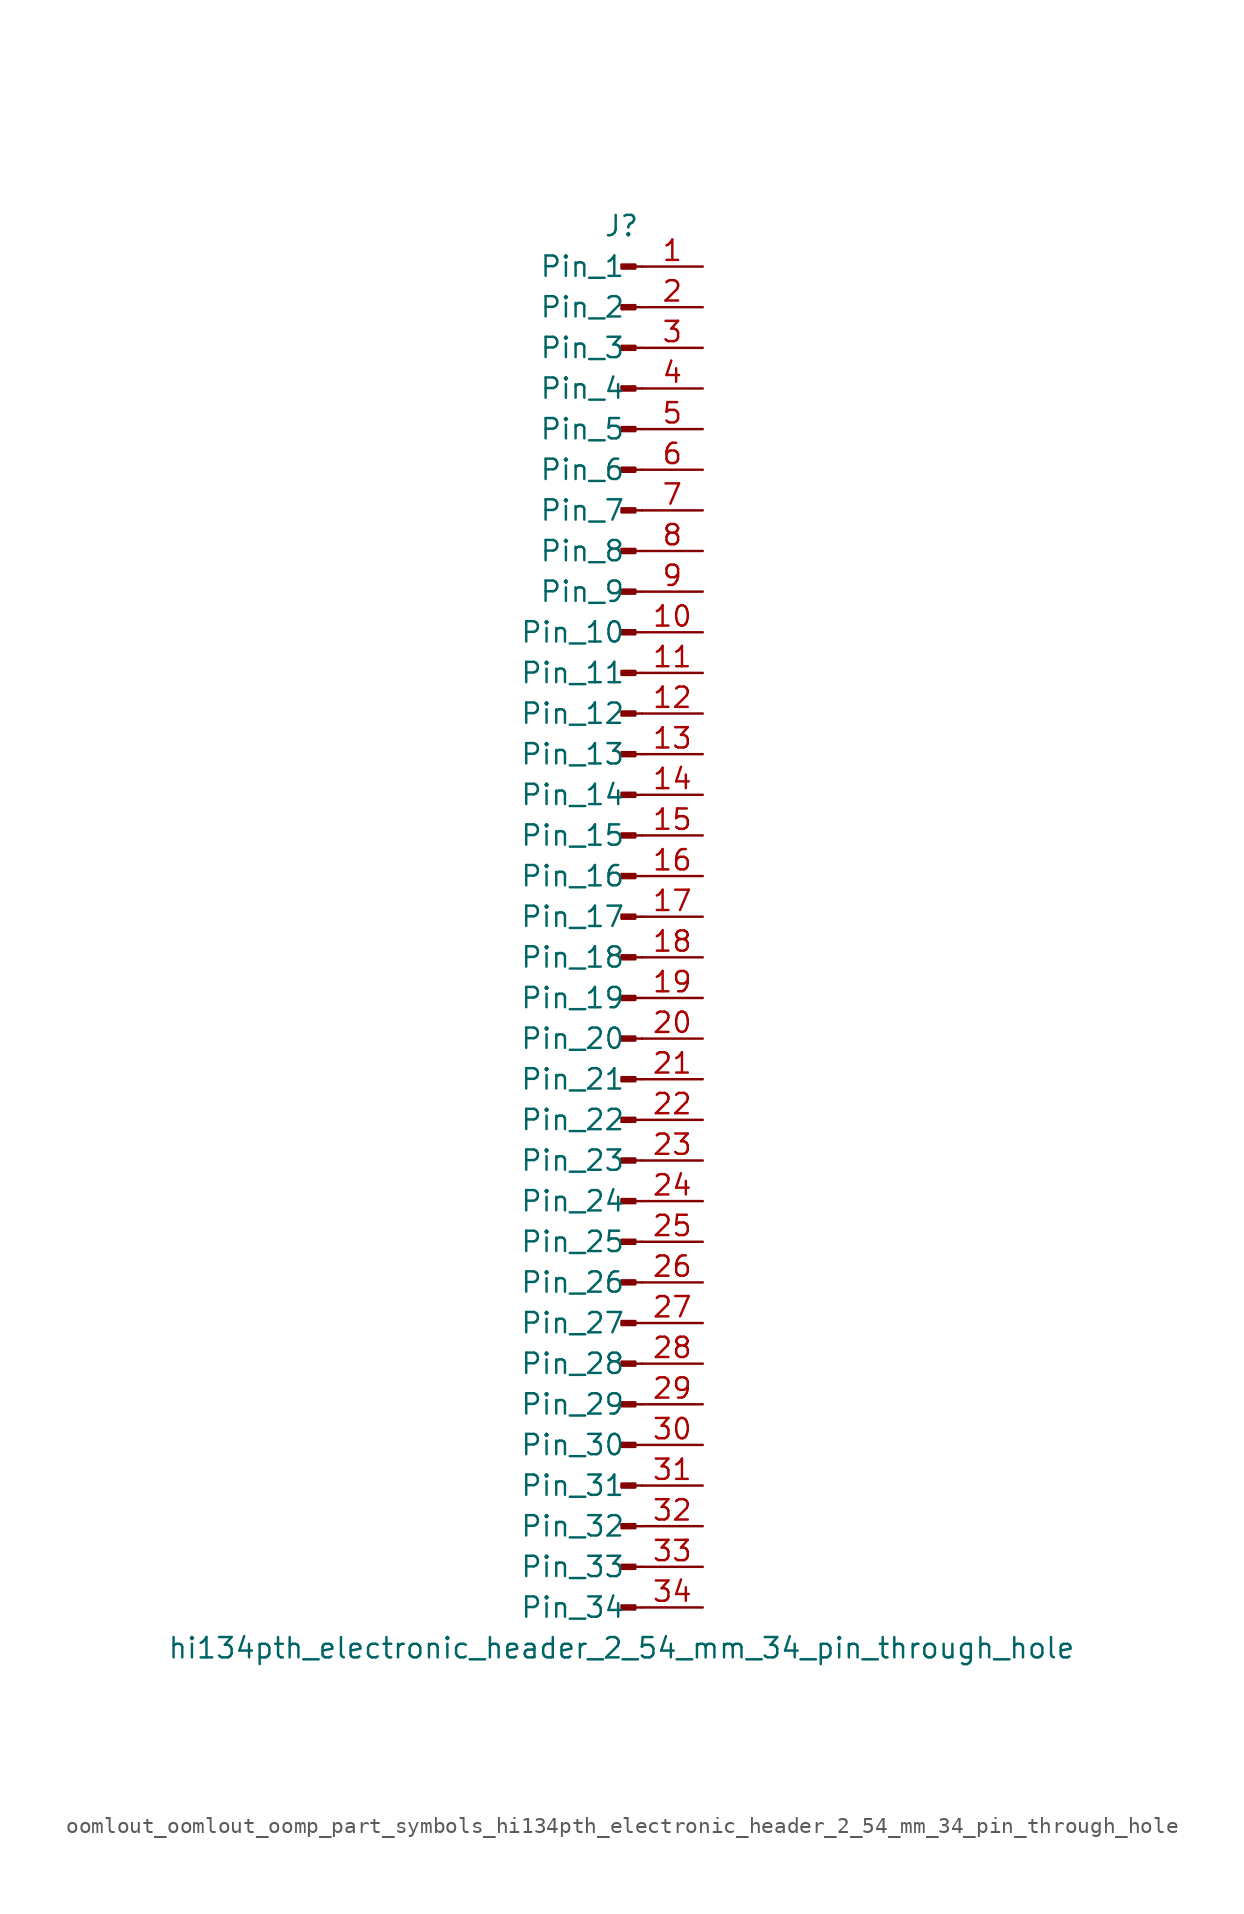
<source format=kicad_sym>
(kicad_symbol_lib
  (version 20220914)
  (generator kicad_symbol_editor)
  (symbol "oomlout_oomlout_oomp_part_symbols_hi134pth_electronic_header_2_54_mm_34_pin_through_hole"
    (pin_names
      (offset 1.016))
    (property "Reference" "J"
      (at 0 43.18 0)
      (effects (font (size 1.27 1.27))))
    (property "Value" "hi134pth_electronic_header_2_54_mm_34_pin_through_hole"
      (at 0 -45.72 0)
      (effects (font (size 1.27 1.27))))
    (property "ki_locked" ""
      (at 0 0 0)
      (effects (font (size 1.27 1.27))))
    (symbol "oomlout_oomlout_oomp_part_symbols_hi134pth_electronic_header_2_54_mm_34_pin_through_hole_1_1"
      (polyline (pts (xy 1.27 -43.18) (xy 0.864 -43.18)) (stroke (width 0.152) (type default)) (fill (type none)))
      (polyline (pts (xy 1.27 -40.64) (xy 0.864 -40.64)) (stroke (width 0.152) (type default)) (fill (type none)))
      (polyline (pts (xy 1.27 -38.1) (xy 0.864 -38.1)) (stroke (width 0.152) (type default)) (fill (type none)))
      (polyline (pts (xy 1.27 -35.56) (xy 0.864 -35.56)) (stroke (width 0.152) (type default)) (fill (type none)))
      (polyline (pts (xy 1.27 -33.02) (xy 0.864 -33.02)) (stroke (width 0.152) (type default)) (fill (type none)))
      (polyline (pts (xy 1.27 -30.48) (xy 0.864 -30.48)) (stroke (width 0.152) (type default)) (fill (type none)))
      (polyline (pts (xy 1.27 -27.94) (xy 0.864 -27.94)) (stroke (width 0.152) (type default)) (fill (type none)))
      (polyline (pts (xy 1.27 -25.4) (xy 0.864 -25.4)) (stroke (width 0.152) (type default)) (fill (type none)))
      (polyline (pts (xy 1.27 -22.86) (xy 0.864 -22.86)) (stroke (width 0.152) (type default)) (fill (type none)))
      (polyline (pts (xy 1.27 -20.32) (xy 0.864 -20.32)) (stroke (width 0.152) (type default)) (fill (type none)))
      (polyline (pts (xy 1.27 -17.78) (xy 0.864 -17.78)) (stroke (width 0.152) (type default)) (fill (type none)))
      (polyline (pts (xy 1.27 -15.24) (xy 0.864 -15.24)) (stroke (width 0.152) (type default)) (fill (type none)))
      (polyline (pts (xy 1.27 -12.7) (xy 0.864 -12.7)) (stroke (width 0.152) (type default)) (fill (type none)))
      (polyline (pts (xy 1.27 -10.16) (xy 0.864 -10.16)) (stroke (width 0.152) (type default)) (fill (type none)))
      (polyline (pts (xy 1.27 -7.62) (xy 0.864 -7.62)) (stroke (width 0.152) (type default)) (fill (type none)))
      (polyline (pts (xy 1.27 -5.08) (xy 0.864 -5.08)) (stroke (width 0.152) (type default)) (fill (type none)))
      (polyline (pts (xy 1.27 -2.54) (xy 0.864 -2.54)) (stroke (width 0.152) (type default)) (fill (type none)))
      (polyline (pts (xy 1.27 0) (xy 0.864 0)) (stroke (width 0.152) (type default)) (fill (type none)))
      (polyline (pts (xy 1.27 2.54) (xy 0.864 2.54)) (stroke (width 0.152) (type default)) (fill (type none)))
      (polyline (pts (xy 1.27 5.08) (xy 0.864 5.08)) (stroke (width 0.152) (type default)) (fill (type none)))
      (polyline (pts (xy 1.27 7.62) (xy 0.864 7.62)) (stroke (width 0.152) (type default)) (fill (type none)))
      (polyline (pts (xy 1.27 10.16) (xy 0.864 10.16)) (stroke (width 0.152) (type default)) (fill (type none)))
      (polyline (pts (xy 1.27 12.7) (xy 0.864 12.7)) (stroke (width 0.152) (type default)) (fill (type none)))
      (polyline (pts (xy 1.27 15.24) (xy 0.864 15.24)) (stroke (width 0.152) (type default)) (fill (type none)))
      (polyline (pts (xy 1.27 17.78) (xy 0.864 17.78)) (stroke (width 0.152) (type default)) (fill (type none)))
      (polyline (pts (xy 1.27 20.32) (xy 0.864 20.32)) (stroke (width 0.152) (type default)) (fill (type none)))
      (polyline (pts (xy 1.27 22.86) (xy 0.864 22.86)) (stroke (width 0.152) (type default)) (fill (type none)))
      (polyline (pts (xy 1.27 25.4) (xy 0.864 25.4)) (stroke (width 0.152) (type default)) (fill (type none)))
      (polyline (pts (xy 1.27 27.94) (xy 0.864 27.94)) (stroke (width 0.152) (type default)) (fill (type none)))
      (polyline (pts (xy 1.27 30.48) (xy 0.864 30.48)) (stroke (width 0.152) (type default)) (fill (type none)))
      (polyline (pts (xy 1.27 33.02) (xy 0.864 33.02)) (stroke (width 0.152) (type default)) (fill (type none)))
      (polyline (pts (xy 1.27 35.56) (xy 0.864 35.56)) (stroke (width 0.152) (type default)) (fill (type none)))
      (polyline (pts (xy 1.27 38.1) (xy 0.864 38.1)) (stroke (width 0.152) (type default)) (fill (type none)))
      (polyline (pts (xy 1.27 40.64) (xy 0.864 40.64)) (stroke (width 0.152) (type default)) (fill (type none)))
      (rectangle (start 0.864 -43.053) (end 0 -43.307) (stroke (width 0.152) (type default)) (fill (type outline)))
      (rectangle (start 0.864 -40.513) (end 0 -40.767) (stroke (width 0.152) (type default)) (fill (type outline)))
      (rectangle (start 0.864 -37.973) (end 0 -38.227) (stroke (width 0.152) (type default)) (fill (type outline)))
      (rectangle (start 0.864 -35.433) (end 0 -35.687) (stroke (width 0.152) (type default)) (fill (type outline)))
      (rectangle (start 0.864 -32.893) (end 0 -33.147) (stroke (width 0.152) (type default)) (fill (type outline)))
      (rectangle (start 0.864 -30.353) (end 0 -30.607) (stroke (width 0.152) (type default)) (fill (type outline)))
      (rectangle (start 0.864 -27.813) (end 0 -28.067) (stroke (width 0.152) (type default)) (fill (type outline)))
      (rectangle (start 0.864 -25.273) (end 0 -25.527) (stroke (width 0.152) (type default)) (fill (type outline)))
      (rectangle (start 0.864 -22.733) (end 0 -22.987) (stroke (width 0.152) (type default)) (fill (type outline)))
      (rectangle (start 0.864 -20.193) (end 0 -20.447) (stroke (width 0.152) (type default)) (fill (type outline)))
      (rectangle (start 0.864 -17.653) (end 0 -17.907) (stroke (width 0.152) (type default)) (fill (type outline)))
      (rectangle (start 0.864 -15.113) (end 0 -15.367) (stroke (width 0.152) (type default)) (fill (type outline)))
      (rectangle (start 0.864 -12.573) (end 0 -12.827) (stroke (width 0.152) (type default)) (fill (type outline)))
      (rectangle (start 0.864 -10.033) (end 0 -10.287) (stroke (width 0.152) (type default)) (fill (type outline)))
      (rectangle (start 0.864 -7.493) (end 0 -7.747) (stroke (width 0.152) (type default)) (fill (type outline)))
      (rectangle (start 0.864 -4.953) (end 0 -5.207) (stroke (width 0.152) (type default)) (fill (type outline)))
      (rectangle (start 0.864 -2.413) (end 0 -2.667) (stroke (width 0.152) (type default)) (fill (type outline)))
      (rectangle (start 0.864 0.127) (end 0 -0.127) (stroke (width 0.152) (type default)) (fill (type outline)))
      (rectangle (start 0.864 2.667) (end 0 2.413) (stroke (width 0.152) (type default)) (fill (type outline)))
      (rectangle (start 0.864 5.207) (end 0 4.953) (stroke (width 0.152) (type default)) (fill (type outline)))
      (rectangle (start 0.864 7.747) (end 0 7.493) (stroke (width 0.152) (type default)) (fill (type outline)))
      (rectangle (start 0.864 10.287) (end 0 10.033) (stroke (width 0.152) (type default)) (fill (type outline)))
      (rectangle (start 0.864 12.827) (end 0 12.573) (stroke (width 0.152) (type default)) (fill (type outline)))
      (rectangle (start 0.864 15.367) (end 0 15.113) (stroke (width 0.152) (type default)) (fill (type outline)))
      (rectangle (start 0.864 17.907) (end 0 17.653) (stroke (width 0.152) (type default)) (fill (type outline)))
      (rectangle (start 0.864 20.447) (end 0 20.193) (stroke (width 0.152) (type default)) (fill (type outline)))
      (rectangle (start 0.864 22.987) (end 0 22.733) (stroke (width 0.152) (type default)) (fill (type outline)))
      (rectangle (start 0.864 25.527) (end 0 25.273) (stroke (width 0.152) (type default)) (fill (type outline)))
      (rectangle (start 0.864 28.067) (end 0 27.813) (stroke (width 0.152) (type default)) (fill (type outline)))
      (rectangle (start 0.864 30.607) (end 0 30.353) (stroke (width 0.152) (type default)) (fill (type outline)))
      (rectangle (start 0.864 33.147) (end 0 32.893) (stroke (width 0.152) (type default)) (fill (type outline)))
      (rectangle (start 0.864 35.687) (end 0 35.433) (stroke (width 0.152) (type default)) (fill (type outline)))
      (rectangle (start 0.864 38.227) (end 0 37.973) (stroke (width 0.152) (type default)) (fill (type outline)))
      (rectangle (start 0.864 40.767) (end 0 40.513) (stroke (width 0.152) (type default)) (fill (type outline)))
      (pin passive line (at 5.08 40.64 180) (length 3.81) (name "Pin_1" (effects (font (size 1.27 1.27)))) (number "1" (effects (font (size 1.27 1.27)))))
      (pin passive line (at 5.08 17.78 180) (length 3.81) (name "Pin_10" (effects (font (size 1.27 1.27)))) (number "10" (effects (font (size 1.27 1.27)))))
      (pin passive line (at 5.08 15.24 180) (length 3.81) (name "Pin_11" (effects (font (size 1.27 1.27)))) (number "11" (effects (font (size 1.27 1.27)))))
      (pin passive line (at 5.08 12.7 180) (length 3.81) (name "Pin_12" (effects (font (size 1.27 1.27)))) (number "12" (effects (font (size 1.27 1.27)))))
      (pin passive line (at 5.08 10.16 180) (length 3.81) (name "Pin_13" (effects (font (size 1.27 1.27)))) (number "13" (effects (font (size 1.27 1.27)))))
      (pin passive line (at 5.08 7.62 180) (length 3.81) (name "Pin_14" (effects (font (size 1.27 1.27)))) (number "14" (effects (font (size 1.27 1.27)))))
      (pin passive line (at 5.08 5.08 180) (length 3.81) (name "Pin_15" (effects (font (size 1.27 1.27)))) (number "15" (effects (font (size 1.27 1.27)))))
      (pin passive line (at 5.08 2.54 180) (length 3.81) (name "Pin_16" (effects (font (size 1.27 1.27)))) (number "16" (effects (font (size 1.27 1.27)))))
      (pin passive line (at 5.08 0 180) (length 3.81) (name "Pin_17" (effects (font (size 1.27 1.27)))) (number "17" (effects (font (size 1.27 1.27)))))
      (pin passive line (at 5.08 -2.54 180) (length 3.81) (name "Pin_18" (effects (font (size 1.27 1.27)))) (number "18" (effects (font (size 1.27 1.27)))))
      (pin passive line (at 5.08 -5.08 180) (length 3.81) (name "Pin_19" (effects (font (size 1.27 1.27)))) (number "19" (effects (font (size 1.27 1.27)))))
      (pin passive line (at 5.08 38.1 180) (length 3.81) (name "Pin_2" (effects (font (size 1.27 1.27)))) (number "2" (effects (font (size 1.27 1.27)))))
      (pin passive line (at 5.08 -7.62 180) (length 3.81) (name "Pin_20" (effects (font (size 1.27 1.27)))) (number "20" (effects (font (size 1.27 1.27)))))
      (pin passive line (at 5.08 -10.16 180) (length 3.81) (name "Pin_21" (effects (font (size 1.27 1.27)))) (number "21" (effects (font (size 1.27 1.27)))))
      (pin passive line (at 5.08 -12.7 180) (length 3.81) (name "Pin_22" (effects (font (size 1.27 1.27)))) (number "22" (effects (font (size 1.27 1.27)))))
      (pin passive line (at 5.08 -15.24 180) (length 3.81) (name "Pin_23" (effects (font (size 1.27 1.27)))) (number "23" (effects (font (size 1.27 1.27)))))
      (pin passive line (at 5.08 -17.78 180) (length 3.81) (name "Pin_24" (effects (font (size 1.27 1.27)))) (number "24" (effects (font (size 1.27 1.27)))))
      (pin passive line (at 5.08 -20.32 180) (length 3.81) (name "Pin_25" (effects (font (size 1.27 1.27)))) (number "25" (effects (font (size 1.27 1.27)))))
      (pin passive line (at 5.08 -22.86 180) (length 3.81) (name "Pin_26" (effects (font (size 1.27 1.27)))) (number "26" (effects (font (size 1.27 1.27)))))
      (pin passive line (at 5.08 -25.4 180) (length 3.81) (name "Pin_27" (effects (font (size 1.27 1.27)))) (number "27" (effects (font (size 1.27 1.27)))))
      (pin passive line (at 5.08 -27.94 180) (length 3.81) (name "Pin_28" (effects (font (size 1.27 1.27)))) (number "28" (effects (font (size 1.27 1.27)))))
      (pin passive line (at 5.08 -30.48 180) (length 3.81) (name "Pin_29" (effects (font (size 1.27 1.27)))) (number "29" (effects (font (size 1.27 1.27)))))
      (pin passive line (at 5.08 35.56 180) (length 3.81) (name "Pin_3" (effects (font (size 1.27 1.27)))) (number "3" (effects (font (size 1.27 1.27)))))
      (pin passive line (at 5.08 -33.02 180) (length 3.81) (name "Pin_30" (effects (font (size 1.27 1.27)))) (number "30" (effects (font (size 1.27 1.27)))))
      (pin passive line (at 5.08 -35.56 180) (length 3.81) (name "Pin_31" (effects (font (size 1.27 1.27)))) (number "31" (effects (font (size 1.27 1.27)))))
      (pin passive line (at 5.08 -38.1 180) (length 3.81) (name "Pin_32" (effects (font (size 1.27 1.27)))) (number "32" (effects (font (size 1.27 1.27)))))
      (pin passive line (at 5.08 -40.64 180) (length 3.81) (name "Pin_33" (effects (font (size 1.27 1.27)))) (number "33" (effects (font (size 1.27 1.27)))))
      (pin passive line (at 5.08 -43.18 180) (length 3.81) (name "Pin_34" (effects (font (size 1.27 1.27)))) (number "34" (effects (font (size 1.27 1.27)))))
      (pin passive line (at 5.08 33.02 180) (length 3.81) (name "Pin_4" (effects (font (size 1.27 1.27)))) (number "4" (effects (font (size 1.27 1.27)))))
      (pin passive line (at 5.08 30.48 180) (length 3.81) (name "Pin_5" (effects (font (size 1.27 1.27)))) (number "5" (effects (font (size 1.27 1.27)))))
      (pin passive line (at 5.08 27.94 180) (length 3.81) (name "Pin_6" (effects (font (size 1.27 1.27)))) (number "6" (effects (font (size 1.27 1.27)))))
      (pin passive line (at 5.08 25.4 180) (length 3.81) (name "Pin_7" (effects (font (size 1.27 1.27)))) (number "7" (effects (font (size 1.27 1.27)))))
      (pin passive line (at 5.08 22.86 180) (length 3.81) (name "Pin_8" (effects (font (size 1.27 1.27)))) (number "8" (effects (font (size 1.27 1.27)))))
      (pin passive line (at 5.08 20.32 180) (length 3.81) (name "Pin_9" (effects (font (size 1.27 1.27)))) (number "9" (effects (font (size 1.27 1.27))))))))
</source>
